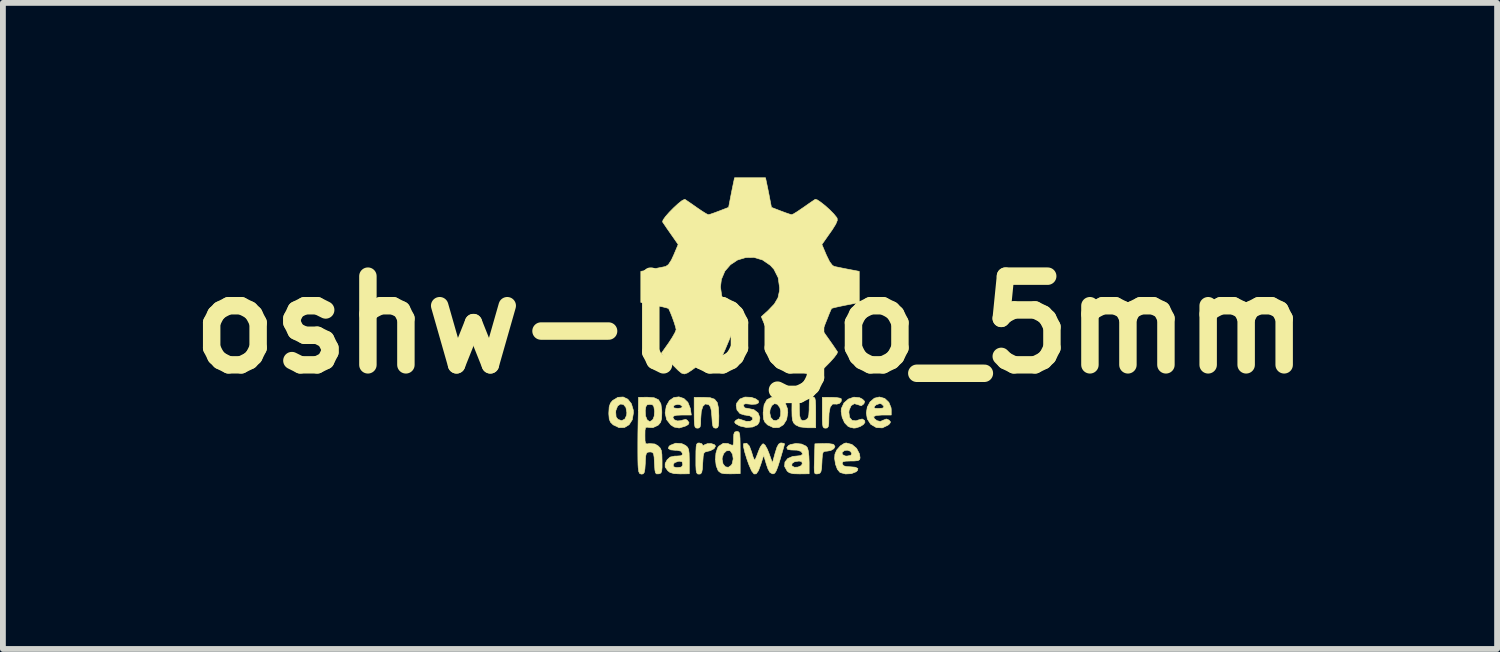
<source format=kicad_pcb>
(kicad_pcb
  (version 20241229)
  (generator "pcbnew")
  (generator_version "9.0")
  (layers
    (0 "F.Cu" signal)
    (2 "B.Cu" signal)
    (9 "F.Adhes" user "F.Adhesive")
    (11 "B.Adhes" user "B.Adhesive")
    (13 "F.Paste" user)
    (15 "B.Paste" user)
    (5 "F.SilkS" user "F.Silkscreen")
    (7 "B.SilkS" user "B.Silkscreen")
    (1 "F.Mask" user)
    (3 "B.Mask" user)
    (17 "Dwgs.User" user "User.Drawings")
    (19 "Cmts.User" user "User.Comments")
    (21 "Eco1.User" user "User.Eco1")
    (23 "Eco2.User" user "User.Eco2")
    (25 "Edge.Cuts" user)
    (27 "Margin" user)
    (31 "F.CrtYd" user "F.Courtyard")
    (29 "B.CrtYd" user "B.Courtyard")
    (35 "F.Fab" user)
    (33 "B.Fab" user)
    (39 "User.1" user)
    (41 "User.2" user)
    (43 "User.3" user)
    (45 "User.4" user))
  (footprint "oshw-logo_5mm"
    (layer "F.Cu")
    (at 9.841 2.531)
    (property "Reference" "oshw-logo_5mm" (at 0 0 0) (layer "F.SilkS") (effects (font (size 1.524 1.524) (thickness 0.3))))
    (attr through_hole)
    (fp_poly (pts (xy 1.485 1.252) (xy 1.549 1.263) (xy 1.569 1.274) (xy 1.568 1.316) (xy 1.535 1.354) (xy 1.488 1.366) (xy 1.479 1.364) (xy 1.419 1.363) (xy 1.378 1.416) (xy 1.358 1.52) (xy 1.355 1.598) (xy 1.353 1.696) (xy 1.345 1.75) (xy 1.326 1.774) (xy 1.298 1.778) (xy 1.272 1.774) (xy 1.255 1.755) (xy 1.246 1.709) (xy 1.242 1.628) (xy 1.242 1.514) (xy 1.242 1.249) (xy 1.397 1.248) (xy 1.485 1.252)) (stroke (width 0.01) (type solid)) (fill yes) (layer "F.SilkS"))
    (fp_poly (pts (xy 1.349 2.043) (xy 1.419 2.053) (xy 1.44 2.061) (xy 1.46 2.095) (xy 1.439 2.132) (xy 1.387 2.162) (xy 1.324 2.173) (xy 1.282 2.176) (xy 1.257 2.191) (xy 1.245 2.232) (xy 1.238 2.312) (xy 1.236 2.364) (xy 1.23 2.465) (xy 1.219 2.524) (xy 1.2 2.552) (xy 1.167 2.563) (xy 1.163 2.563) (xy 1.133 2.565) (xy 1.114 2.555) (xy 1.105 2.521) (xy 1.103 2.453) (xy 1.106 2.342) (xy 1.107 2.31) (xy 1.115 2.047) (xy 1.258 2.042) (xy 1.349 2.043)) (stroke (width 0.01) (type solid)) (fill yes) (layer "F.SilkS"))
    (fp_poly (pts (xy -0.829 2.045) (xy -0.818 2.064) (xy -0.805 2.079) (xy -0.776 2.061) (xy -0.727 2.043) (xy -0.664 2.044) (xy -0.612 2.061) (xy -0.593 2.086) (xy -0.618 2.13) (xy -0.682 2.165) (xy -0.734 2.177) (xy -0.771 2.187) (xy -0.794 2.21) (xy -0.805 2.261) (xy -0.811 2.352) (xy -0.813 2.378) (xy -0.819 2.48) (xy -0.83 2.537) (xy -0.848 2.563) (xy -0.876 2.568) (xy -0.902 2.564) (xy -0.918 2.544) (xy -0.927 2.498) (xy -0.931 2.415) (xy -0.931 2.3) (xy -0.93 2.175) (xy -0.926 2.097) (xy -0.917 2.054) (xy -0.9 2.036) (xy -0.875 2.032) (xy -0.829 2.045)) (stroke (width 0.01) (type solid)) (fill yes) (layer "F.SilkS"))
    (fp_poly (pts (xy 1.882 1.254) (xy 1.934 1.281) (xy 1.97 1.318) (xy 1.959 1.354) (xy 1.951 1.364) (xy 1.912 1.393) (xy 1.863 1.377) (xy 1.86 1.375) (xy 1.793 1.357) (xy 1.738 1.39) (xy 1.704 1.466) (xy 1.699 1.504) (xy 1.71 1.592) (xy 1.754 1.644) (xy 1.822 1.652) (xy 1.863 1.637) (xy 1.928 1.62) (xy 1.968 1.645) (xy 1.976 1.676) (xy 1.951 1.713) (xy 1.893 1.75) (xy 1.822 1.773) (xy 1.784 1.777) (xy 1.719 1.762) (xy 1.684 1.746) (xy 1.625 1.685) (xy 1.583 1.591) (xy 1.566 1.489) (xy 1.57 1.44) (xy 1.614 1.345) (xy 1.69 1.278) (xy 1.785 1.245) (xy 1.882 1.254)) (stroke (width 0.01) (type solid)) (fill yes) (layer "F.SilkS"))
    (fp_poly (pts (xy -0.686 1.254) (xy -0.609 1.281) (xy -0.563 1.338) (xy -0.542 1.434) (xy -0.536 1.566) (xy -0.538 1.675) (xy -0.544 1.738) (xy -0.558 1.769) (xy -0.583 1.778) (xy -0.591 1.778) (xy -0.621 1.771) (xy -0.639 1.743) (xy -0.649 1.682) (xy -0.655 1.59) (xy -0.664 1.48) (xy -0.68 1.413) (xy -0.708 1.376) (xy -0.714 1.372) (xy -0.769 1.362) (xy -0.811 1.403) (xy -0.838 1.49) (xy -0.847 1.614) (xy -0.849 1.707) (xy -0.858 1.756) (xy -0.88 1.775) (xy -0.903 1.778) (xy -0.929 1.774) (xy -0.946 1.755) (xy -0.955 1.709) (xy -0.959 1.628) (xy -0.96 1.514) (xy -0.96 1.249) (xy -0.802 1.248) (xy -0.686 1.254)) (stroke (width 0.01) (type solid)) (fill yes) (layer "F.SilkS"))
    (fp_poly (pts (xy 0.527 1.267) (xy 0.602 1.336) (xy 0.643 1.443) (xy 0.649 1.51) (xy 0.629 1.631) (xy 0.575 1.718) (xy 0.497 1.767) (xy 0.405 1.77) (xy 0.306 1.724) (xy 0.3 1.72) (xy 0.256 1.676) (xy 0.233 1.624) (xy 0.226 1.542) (xy 0.226 1.514) (xy 0.339 1.514) (xy 0.356 1.594) (xy 0.398 1.641) (xy 0.451 1.65) (xy 0.5 1.618) (xy 0.526 1.561) (xy 0.528 1.481) (xy 0.512 1.423) (xy 0.468 1.366) (xy 0.418 1.357) (xy 0.373 1.391) (xy 0.344 1.461) (xy 0.339 1.514) (xy 0.226 1.514) (xy 0.226 1.508) (xy 0.242 1.376) (xy 0.29 1.289) (xy 0.371 1.247) (xy 0.425 1.242) (xy 0.527 1.267)) (stroke (width 0.01) (type solid)) (fill yes) (layer "F.SilkS"))
    (fp_poly (pts (xy -2.1 1.281) (xy -2.039 1.358) (xy -2.006 1.469) (xy -2.004 1.515) (xy -2.024 1.634) (xy -2.079 1.719) (xy -2.158 1.767) (xy -2.251 1.769) (xy -2.35 1.722) (xy -2.353 1.72) (xy -2.398 1.675) (xy -2.42 1.621) (xy -2.427 1.536) (xy -2.427 1.513) (xy -2.426 1.497) (xy -2.309 1.497) (xy -2.302 1.585) (xy -2.27 1.627) (xy -2.206 1.649) (xy -2.152 1.622) (xy -2.121 1.556) (xy -2.117 1.512) (xy -2.133 1.422) (xy -2.175 1.371) (xy -2.226 1.363) (xy -2.275 1.396) (xy -2.306 1.474) (xy -2.309 1.497) (xy -2.426 1.497) (xy -2.421 1.413) (xy -2.399 1.348) (xy -2.362 1.303) (xy -2.271 1.248) (xy -2.18 1.242) (xy -2.1 1.281)) (stroke (width 0.01) (type solid)) (fill yes) (layer "F.SilkS"))
    (fp_poly (pts (xy 1.099 1.246) (xy 1.115 1.265) (xy 1.124 1.31) (xy 1.128 1.391) (xy 1.129 1.507) (xy 1.129 1.771) (xy 0.987 1.771) (xy 0.855 1.756) (xy 0.782 1.721) (xy 0.749 1.687) (xy 0.73 1.641) (xy 0.722 1.569) (xy 0.72 1.463) (xy 0.721 1.356) (xy 0.727 1.293) (xy 0.742 1.262) (xy 0.77 1.249) (xy 0.783 1.247) (xy 0.816 1.246) (xy 0.835 1.261) (xy 0.844 1.306) (xy 0.847 1.391) (xy 0.847 1.435) (xy 0.851 1.555) (xy 0.868 1.624) (xy 0.901 1.65) (xy 0.952 1.639) (xy 0.967 1.632) (xy 0.995 1.606) (xy 1.01 1.554) (xy 1.016 1.463) (xy 1.016 1.424) (xy 1.018 1.325) (xy 1.026 1.27) (xy 1.044 1.247) (xy 1.072 1.242) (xy 1.099 1.246)) (stroke (width 0.01) (type solid)) (fill yes) (layer "F.SilkS"))
    (fp_poly (pts (xy -1.137 1.268) (xy -1.068 1.334) (xy -1.027 1.437) (xy -1.026 1.446) (xy -1.009 1.552) (xy -1.168 1.552) (xy -1.264 1.556) (xy -1.313 1.57) (xy -1.326 1.593) (xy -1.303 1.634) (xy -1.247 1.654) (xy -1.18 1.648) (xy -1.163 1.64) (xy -1.104 1.627) (xy -1.077 1.644) (xy -1.048 1.685) (xy -1.064 1.717) (xy -1.116 1.745) (xy -1.218 1.775) (xy -1.304 1.759) (xy -1.363 1.721) (xy -1.433 1.632) (xy -1.459 1.517) (xy -1.44 1.404) (xy -1.319 1.404) (xy -1.305 1.431) (xy -1.242 1.439) (xy -1.177 1.43) (xy -1.164 1.404) (xy -1.198 1.377) (xy -1.242 1.369) (xy -1.298 1.382) (xy -1.319 1.404) (xy -1.44 1.404) (xy -1.439 1.397) (xy -1.385 1.303) (xy -1.309 1.251) (xy -1.222 1.24) (xy -1.137 1.268)) (stroke (width 0.01) (type solid)) (fill yes) (layer "F.SilkS"))
    (fp_poly (pts (xy 0.021 1.248) (xy 0.097 1.274) (xy 0.146 1.31) (xy 0.146 1.342) (xy 0.106 1.364) (xy 0.032 1.369) (xy -0.003 1.365) (xy -0.075 1.358) (xy -0.107 1.369) (xy -0.113 1.393) (xy -0.091 1.43) (xy -0.035 1.439) (xy 0.066 1.46) (xy 0.138 1.516) (xy 0.169 1.596) (xy 0.169 1.607) (xy 0.156 1.677) (xy 0.13 1.719) (xy 0.046 1.758) (xy -0.062 1.766) (xy -0.169 1.742) (xy -0.192 1.732) (xy -0.251 1.698) (xy -0.265 1.672) (xy -0.245 1.644) (xy -0.198 1.618) (xy -0.146 1.634) (xy -0.066 1.661) (xy 0.006 1.659) (xy 0.044 1.634) (xy 0.043 1.596) (xy -0.003 1.566) (xy -0.081 1.553) (xy -0.091 1.553) (xy -0.172 1.528) (xy -0.224 1.466) (xy -0.238 1.385) (xy -0.229 1.348) (xy -0.174 1.277) (xy -0.087 1.243) (xy 0.021 1.248)) (stroke (width 0.01) (type solid)) (fill yes) (layer "F.SilkS"))
    (fp_poly (pts (xy 0.886 2.051) (xy 0.961 2.086) (xy 0.987 2.116) (xy 1.002 2.171) (xy 1.012 2.261) (xy 1.016 2.366) (xy 1.016 2.562) (xy 0.85 2.564) (xy 0.743 2.561) (xy 0.676 2.544) (xy 0.639 2.516) (xy 0.594 2.436) (xy 0.595 2.424) (xy 0.718 2.424) (xy 0.719 2.426) (xy 0.762 2.45) (xy 0.824 2.447) (xy 0.879 2.422) (xy 0.898 2.392) (xy 0.889 2.353) (xy 0.842 2.343) (xy 0.766 2.355) (xy 0.721 2.385) (xy 0.718 2.424) (xy 0.595 2.424) (xy 0.6 2.36) (xy 0.649 2.299) (xy 0.735 2.263) (xy 0.792 2.258) (xy 0.87 2.25) (xy 0.902 2.226) (xy 0.903 2.216) (xy 0.878 2.178) (xy 0.809 2.156) (xy 0.711 2.153) (xy 0.708 2.153) (xy 0.647 2.144) (xy 0.631 2.114) (xy 0.661 2.076) (xy 0.696 2.059) (xy 0.79 2.041) (xy 0.886 2.051)) (stroke (width 0.01) (type solid)) (fill yes) (layer "F.SilkS"))
    (fp_poly (pts (xy 2.315 1.267) (xy 2.386 1.334) (xy 2.424 1.427) (xy 2.427 1.462) (xy 2.427 1.552) (xy 2.27 1.552) (xy 2.17 1.559) (xy 2.125 1.579) (xy 2.135 1.613) (xy 2.182 1.649) (xy 2.24 1.663) (xy 2.288 1.642) (xy 2.342 1.62) (xy 2.386 1.638) (xy 2.39 1.641) (xy 2.415 1.671) (xy 2.4 1.702) (xy 2.37 1.727) (xy 2.274 1.773) (xy 2.171 1.768) (xy 2.078 1.713) (xy 2.073 1.709) (xy 2.016 1.62) (xy 1.999 1.517) (xy 2.014 1.425) (xy 2.129 1.425) (xy 2.152 1.437) (xy 2.211 1.439) (xy 2.278 1.434) (xy 2.3 1.415) (xy 2.296 1.397) (xy 2.258 1.361) (xy 2.23 1.355) (xy 2.17 1.375) (xy 2.145 1.397) (xy 2.129 1.425) (xy 2.014 1.425) (xy 2.016 1.414) (xy 2.064 1.325) (xy 2.137 1.263) (xy 2.223 1.242) (xy 2.315 1.267)) (stroke (width 0.01) (type solid)) (fill yes) (layer "F.SilkS"))
    (fp_poly (pts (xy -1.173 2.044) (xy -1.107 2.076) (xy -1.075 2.104) (xy -1.056 2.144) (xy -1.047 2.208) (xy -1.044 2.312) (xy -1.044 2.341) (xy -1.044 2.562) (xy -1.2 2.564) (xy -1.306 2.559) (xy -1.375 2.539) (xy -1.412 2.511) (xy -1.459 2.446) (xy -1.459 2.406) (xy -1.321 2.406) (xy -1.315 2.441) (xy -1.27 2.455) (xy -1.244 2.455) (xy -1.181 2.447) (xy -1.158 2.416) (xy -1.157 2.397) (xy -1.168 2.355) (xy -1.212 2.346) (xy -1.234 2.348) (xy -1.299 2.372) (xy -1.321 2.406) (xy -1.459 2.406) (xy -1.458 2.382) (xy -1.424 2.321) (xy -1.373 2.275) (xy -1.295 2.258) (xy -1.266 2.258) (xy -1.193 2.253) (xy -1.164 2.236) (xy -1.163 2.208) (xy -1.188 2.173) (xy -1.253 2.159) (xy -1.275 2.159) (xy -1.364 2.151) (xy -1.404 2.127) (xy -1.392 2.091) (xy -1.37 2.072) (xy -1.277 2.036) (xy -1.173 2.044)) (stroke (width 0.01) (type solid)) (fill yes) (layer "F.SilkS"))
    (fp_poly (pts (xy 1.751 2.058) (xy 1.831 2.125) (xy 1.881 2.22) (xy 1.891 2.287) (xy 1.884 2.319) (xy 1.854 2.336) (xy 1.788 2.342) (xy 1.734 2.342) (xy 1.644 2.345) (xy 1.598 2.355) (xy 1.585 2.376) (xy 1.586 2.392) (xy 1.608 2.425) (xy 1.666 2.44) (xy 1.713 2.441) (xy 1.808 2.449) (xy 1.854 2.471) (xy 1.847 2.505) (xy 1.822 2.528) (xy 1.741 2.56) (xy 1.64 2.565) (xy 1.552 2.541) (xy 1.546 2.538) (xy 1.502 2.486) (xy 1.469 2.398) (xy 1.454 2.299) (xy 1.459 2.225) (xy 1.472 2.195) (xy 1.582 2.195) (xy 1.587 2.231) (xy 1.633 2.255) (xy 1.665 2.258) (xy 1.731 2.246) (xy 1.75 2.218) (xy 1.726 2.175) (xy 1.671 2.156) (xy 1.623 2.163) (xy 1.582 2.195) (xy 1.472 2.195) (xy 1.492 2.151) (xy 1.552 2.083) (xy 1.62 2.039) (xy 1.653 2.032) (xy 1.751 2.058)) (stroke (width 0.01) (type solid)) (fill yes) (layer "F.SilkS"))
    (fp_poly (pts (xy -0.203 1.838) (xy -0.187 1.853) (xy -0.177 1.89) (xy -0.172 1.957) (xy -0.17 2.064) (xy -0.169 2.197) (xy -0.169 2.56) (xy -0.338 2.563) (xy -0.438 2.561) (xy -0.498 2.549) (xy -0.536 2.521) (xy -0.55 2.504) (xy -0.582 2.423) (xy -0.594 2.317) (xy -0.594 2.311) (xy -0.48 2.311) (xy -0.464 2.393) (xy -0.424 2.442) (xy -0.373 2.451) (xy -0.323 2.416) (xy -0.306 2.387) (xy -0.289 2.306) (xy -0.3 2.227) (xy -0.336 2.172) (xy -0.352 2.163) (xy -0.406 2.168) (xy -0.453 2.214) (xy -0.478 2.286) (xy -0.48 2.311) (xy -0.594 2.311) (xy -0.586 2.208) (xy -0.558 2.119) (xy -0.536 2.088) (xy -0.461 2.039) (xy -0.38 2.042) (xy -0.337 2.061) (xy -0.303 2.074) (xy -0.287 2.058) (xy -0.282 2.001) (xy -0.282 1.962) (xy -0.279 1.883) (xy -0.263 1.845) (xy -0.231 1.835) (xy -0.226 1.834) (xy -0.203 1.838)) (stroke (width 0.01) (type solid)) (fill yes) (layer "F.SilkS"))
    (fp_poly (pts (xy 0.582 2.039) (xy 0.593 2.048) (xy 0.585 2.08) (xy 0.565 2.153) (xy 0.535 2.255) (xy 0.517 2.317) (xy 0.479 2.437) (xy 0.45 2.512) (xy 0.425 2.551) (xy 0.399 2.563) (xy 0.384 2.562) (xy 0.343 2.54) (xy 0.309 2.48) (xy 0.281 2.399) (xy 0.235 2.244) (xy 0.183 2.406) (xy 0.144 2.51) (xy 0.106 2.563) (xy 0.069 2.565) (xy 0.028 2.514) (xy -0.018 2.409) (xy -0.052 2.315) (xy -0.09 2.192) (xy -0.111 2.101) (xy -0.113 2.051) (xy -0.109 2.044) (xy -0.057 2.037) (xy -0.011 2.086) (xy 0.028 2.191) (xy 0.03 2.199) (xy 0.053 2.275) (xy 0.074 2.32) (xy 0.083 2.326) (xy 0.1 2.292) (xy 0.128 2.223) (xy 0.144 2.178) (xy 0.177 2.101) (xy 0.212 2.053) (xy 0.228 2.046) (xy 0.259 2.071) (xy 0.297 2.139) (xy 0.326 2.211) (xy 0.385 2.375) (xy 0.432 2.204) (xy 0.463 2.106) (xy 0.492 2.053) (xy 0.524 2.033) (xy 0.536 2.032) (xy 0.582 2.039)) (stroke (width 0.01) (type solid)) (fill yes) (layer "F.SilkS"))
    (fp_poly (pts (xy -1.649 1.255) (xy -1.573 1.29) (xy -1.532 1.36) (xy -1.517 1.474) (xy -1.516 1.514) (xy -1.52 1.613) (xy -1.536 1.675) (xy -1.57 1.718) (xy -1.582 1.729) (xy -1.669 1.769) (xy -1.728 1.767) (xy -1.773 1.76) (xy -1.796 1.772) (xy -1.805 1.815) (xy -1.806 1.902) (xy -1.806 1.905) (xy -1.805 1.993) (xy -1.796 2.037) (xy -1.774 2.05) (xy -1.729 2.043) (xy -1.728 2.043) (xy -1.636 2.05) (xy -1.581 2.082) (xy -1.546 2.117) (xy -1.525 2.161) (xy -1.515 2.229) (xy -1.512 2.338) (xy -1.512 2.345) (xy -1.512 2.453) (xy -1.518 2.516) (xy -1.532 2.548) (xy -1.559 2.561) (xy -1.572 2.563) (xy -1.605 2.564) (xy -1.625 2.546) (xy -1.635 2.497) (xy -1.641 2.407) (xy -1.643 2.38) (xy -1.648 2.278) (xy -1.658 2.22) (xy -1.676 2.194) (xy -1.707 2.187) (xy -1.722 2.187) (xy -1.759 2.191) (xy -1.781 2.209) (xy -1.793 2.256) (xy -1.799 2.342) (xy -1.8 2.378) (xy -1.807 2.48) (xy -1.818 2.538) (xy -1.837 2.563) (xy -1.863 2.568) (xy -1.894 2.56) (xy -1.912 2.527) (xy -1.922 2.456) (xy -1.925 2.406) (xy -1.927 2.323) (xy -1.928 2.197) (xy -1.928 2.041) (xy -1.927 1.869) (xy -1.925 1.746) (xy -1.92 1.477) (xy -1.801 1.477) (xy -1.796 1.568) (xy -1.768 1.636) (xy -1.726 1.665) (xy -1.722 1.665) (xy -1.688 1.646) (xy -1.667 1.625) (xy -1.647 1.571) (xy -1.641 1.492) (xy -1.642 1.477) (xy -1.653 1.406) (xy -1.677 1.375) (xy -1.722 1.369) (xy -1.769 1.376) (xy -1.791 1.41) (xy -1.801 1.477) (xy -1.92 1.477) (xy -1.917 1.248) (xy -1.766 1.246) (xy -1.649 1.255)) (stroke (width 0.01) (type solid)) (fill yes) (layer "F.SilkS"))
    (fp_poly (pts (xy 0.287 -2.427) (xy 0.305 -2.341) (xy 0.327 -2.231) (xy 0.338 -2.173) (xy 0.368 -2.017) (xy 0.531 -1.954) (xy 0.62 -1.921) (xy 0.688 -1.898) (xy 0.717 -1.891) (xy 0.75 -1.906) (xy 0.815 -1.946) (xy 0.9 -2.004) (xy 0.914 -2.013) (xy 1.002 -2.075) (xy 1.075 -2.125) (xy 1.119 -2.154) (xy 1.121 -2.155) (xy 1.155 -2.146) (xy 1.215 -2.106) (xy 1.291 -2.046) (xy 1.37 -1.975) (xy 1.439 -1.905) (xy 1.488 -1.845) (xy 1.497 -1.831) (xy 1.5 -1.793) (xy 1.474 -1.73) (xy 1.416 -1.636) (xy 1.378 -1.582) (xy 1.235 -1.379) (xy 1.312 -1.197) (xy 1.368 -1.083) (xy 1.417 -1.019) (xy 1.45 -1.001) (xy 1.508 -0.989) (xy 1.601 -0.97) (xy 1.693 -0.952) (xy 1.877 -0.917) (xy 1.877 -0.381) (xy 1.643 -0.336) (xy 1.536 -0.314) (xy 1.452 -0.295) (xy 1.406 -0.282) (xy 1.401 -0.279) (xy 1.387 -0.249) (xy 1.358 -0.181) (xy 1.322 -0.089) (xy 1.32 -0.085) (xy 1.247 0.099) (xy 1.367 0.268) (xy 1.428 0.355) (xy 1.476 0.426) (xy 1.503 0.466) (xy 1.504 0.468) (xy 1.493 0.499) (xy 1.448 0.56) (xy 1.379 0.638) (xy 1.331 0.687) (xy 1.141 0.876) (xy 0.96 0.748) (xy 0.852 0.676) (xy 0.775 0.636) (xy 0.717 0.627) (xy 0.667 0.644) (xy 0.637 0.664) (xy 0.587 0.696) (xy 0.563 0.706) (xy 0.546 0.681) (xy 0.512 0.613) (xy 0.465 0.509) (xy 0.409 0.38) (xy 0.368 0.284) (xy 0.194 -0.138) (xy 0.31 -0.243) (xy 0.417 -0.355) (xy 0.48 -0.462) (xy 0.506 -0.581) (xy 0.508 -0.635) (xy 0.484 -0.808) (xy 0.411 -0.953) (xy 0.349 -1.021) (xy 0.215 -1.113) (xy 0.07 -1.156) (xy -0.076 -1.154) (xy -0.215 -1.112) (xy -0.336 -1.032) (xy -0.432 -0.921) (xy -0.492 -0.78) (xy -0.508 -0.649) (xy -0.487 -0.498) (xy -0.421 -0.365) (xy -0.313 -0.245) (xy -0.194 -0.138) (xy -0.368 0.284) (xy -0.428 0.426) (xy -0.482 0.547) (xy -0.525 0.64) (xy -0.554 0.694) (xy -0.563 0.706) (xy -0.598 0.69) (xy -0.637 0.664) (xy -0.702 0.629) (xy -0.769 0.631) (xy -0.851 0.672) (xy -0.892 0.7) (xy -1 0.779) (xy -1.075 0.828) (xy -1.129 0.846) (xy -1.177 0.832) (xy -1.233 0.786) (xy -1.311 0.708) (xy -1.335 0.683) (xy -1.525 0.492) (xy -1.397 0.311) (xy -1.337 0.219) (xy -1.292 0.14) (xy -1.271 0.088) (xy -1.27 0.083) (xy -1.28 0.038) (xy -1.304 -0.039) (xy -1.336 -0.129) (xy -1.369 -0.212) (xy -1.395 -0.269) (xy -1.401 -0.279) (xy -1.431 -0.289) (xy -1.502 -0.307) (xy -1.603 -0.328) (xy -1.643 -0.337) (xy -1.877 -0.383) (xy -1.877 -0.917) (xy -1.693 -0.952) (xy -1.589 -0.973) (xy -1.499 -0.991) (xy -1.45 -1.001) (xy -1.403 -1.033) (xy -1.352 -1.111) (xy -1.312 -1.197) (xy -1.235 -1.379) (xy -1.359 -1.557) (xy -1.422 -1.647) (xy -1.472 -1.721) (xy -1.502 -1.765) (xy -1.504 -1.768) (xy -1.494 -1.801) (xy -1.452 -1.86) (xy -1.388 -1.933) (xy -1.313 -2.009) (xy -1.237 -2.079) (xy -1.172 -2.131) (xy -1.127 -2.154) (xy -1.118 -2.154) (xy -1.081 -2.129) (xy -1.012 -2.082) (xy -0.925 -2.021) (xy -0.914 -2.013) (xy -0.827 -1.954) (xy -0.758 -1.911) (xy -0.72 -1.891) (xy -0.717 -1.891) (xy -0.68 -1.9) (xy -0.608 -1.925) (xy -0.531 -1.954) (xy -0.368 -2.017) (xy -0.338 -2.173) (xy -0.317 -2.281) (xy -0.296 -2.384) (xy -0.287 -2.427) (xy -0.266 -2.526) (xy 0.266 -2.526) (xy 0.287 -2.427)) (stroke (width 0.01) (type solid)) (fill yes) (layer "F.SilkS")))
  (gr_rect
    (start -3 -3)
    (end 22.681 8.104)
    (stroke (width 0.1) (type default))
    (fill no)
    (layer "Edge.Cuts")))
</source>
